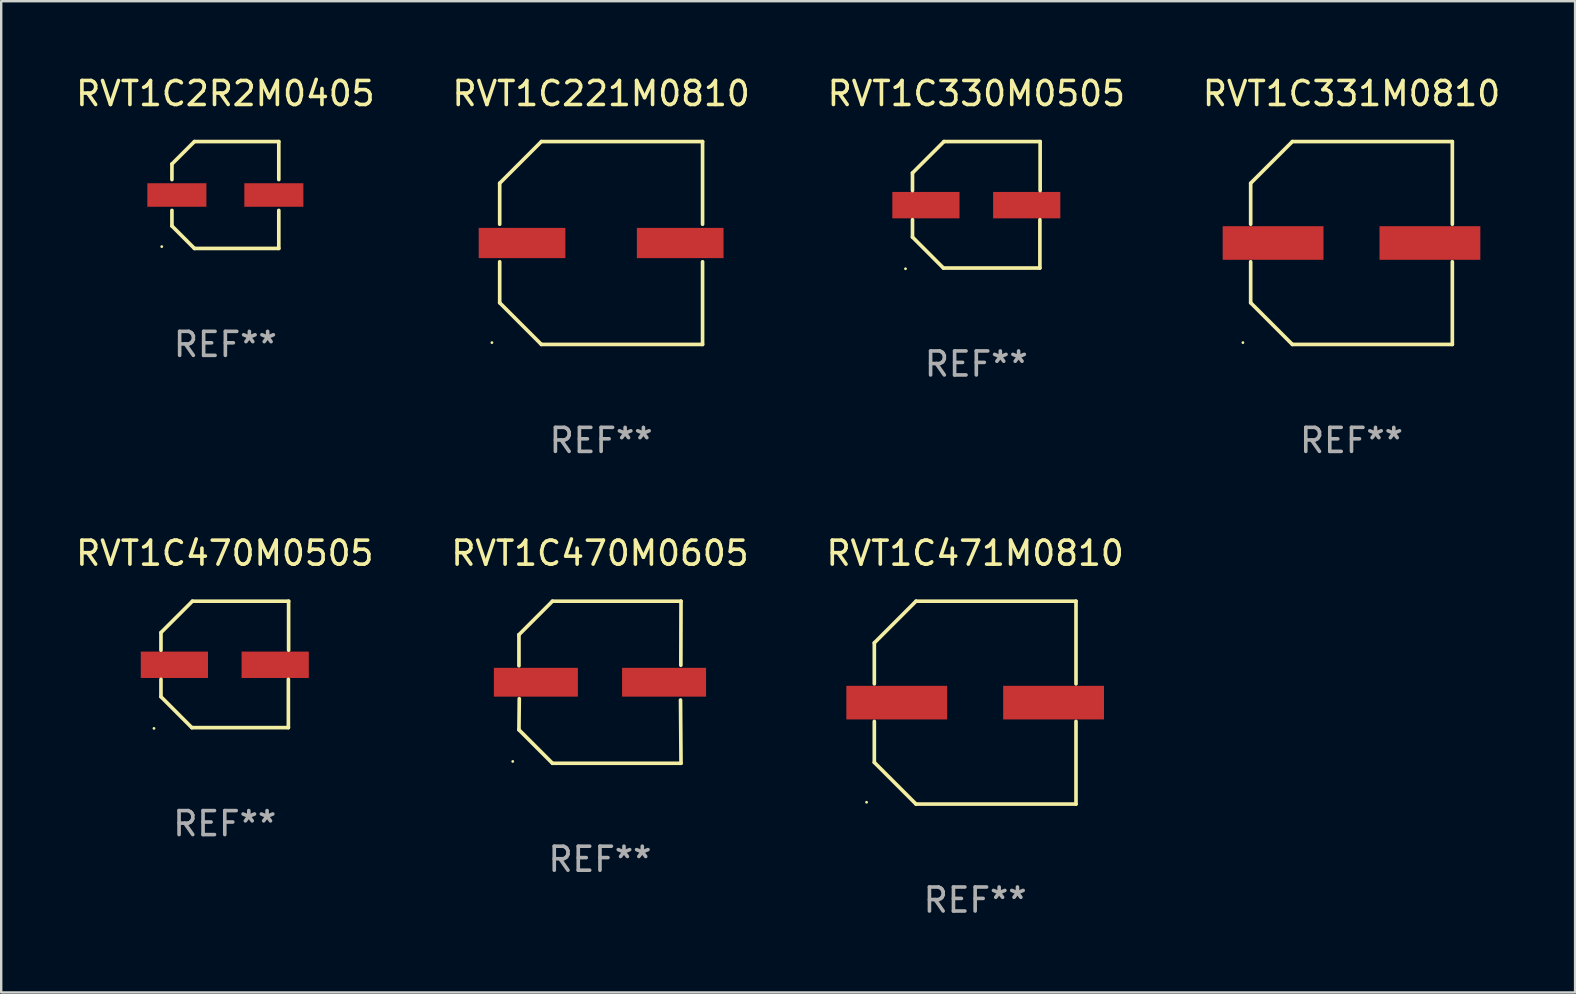
<source format=kicad_pcb>
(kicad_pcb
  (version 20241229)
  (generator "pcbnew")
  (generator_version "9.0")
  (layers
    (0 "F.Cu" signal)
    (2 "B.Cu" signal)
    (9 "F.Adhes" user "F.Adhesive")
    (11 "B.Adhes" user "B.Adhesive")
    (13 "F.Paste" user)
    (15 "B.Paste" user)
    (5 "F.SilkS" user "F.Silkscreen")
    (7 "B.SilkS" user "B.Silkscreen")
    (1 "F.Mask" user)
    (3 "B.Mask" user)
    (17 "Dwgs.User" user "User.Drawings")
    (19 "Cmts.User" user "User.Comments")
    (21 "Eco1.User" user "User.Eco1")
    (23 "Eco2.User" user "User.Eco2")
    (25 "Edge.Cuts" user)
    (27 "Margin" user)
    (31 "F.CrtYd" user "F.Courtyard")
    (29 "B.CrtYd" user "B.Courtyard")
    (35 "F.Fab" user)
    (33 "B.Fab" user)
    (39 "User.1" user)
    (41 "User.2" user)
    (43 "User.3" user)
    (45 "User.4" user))
  (footprint "RVT1C330M0505"
    (layer "F.Cu")
    (at 37.625 5.482)
    (property "Reference" "RVT1C330M0505" (at 0 -4.634 0) (layer "F.SilkS") (effects (font (size 1 1) (thickness 0.15))))
    (attr through_hole)
    (fp_line (start -2.659 -1.326) (end -2.659 -0.592) (stroke (width 0.152) (type solid)) (layer "F.SilkS"))
    (fp_line (start -2.659 1.346) (end -2.659 0.622) (stroke (width 0.152) (type solid)) (layer "F.SilkS"))
    (fp_line (start -1.372 2.634) (end -2.659 1.346) (stroke (width 0.152) (type solid)) (layer "F.SilkS"))
    (fp_line (start -1.349 -2.634) (end -2.659 -1.326) (stroke (width 0.152) (type solid)) (layer "F.SilkS"))
    (fp_line (start 2.649 0.622) (end 2.649 2.634) (stroke (width 0.152) (type solid)) (layer "F.SilkS"))
    (fp_line (start 2.649 2.634) (end -1.372 2.634) (stroke (width 0.152) (type solid)) (layer "F.SilkS"))
    (fp_line (start 2.659 -2.634) (end -1.349 -2.634) (stroke (width 0.152) (type solid)) (layer "F.SilkS"))
    (fp_line (start 2.659 -0.592) (end 2.659 -2.634) (stroke (width 0.152) (type solid)) (layer "F.SilkS"))
    (fp_circle (center -2.95 2.665) (end -2.92 2.665) (stroke (width 0.06) (type solid)) (fill no) (layer "F.SilkS"))
    (fp_text user "REF**" (at 0 6.634 0) (layer "F.Fab") (effects (font (size 1 1) (thickness 0.15))))
    (pad "1" smd rect (at -2.1 0.015) (size 2.8 1.1) (layers "F.Cu" "F.Mask" "F.Paste"))
    (pad "2" smd rect (at 2.1 0.015) (size 2.8 1.1) (layers "F.Cu" "F.Mask" "F.Paste")))
  (footprint "RVT1C471M0810"
    (layer "F.Cu")
    (at 37.577 26.223)
    (property "Reference" "RVT1C471M0810" (at 0 -6.226 0) (layer "F.SilkS") (effects (font (size 1 1) (thickness 0.15))))
    (attr through_hole)
    (fp_line (start -4.201 -2.49) (end -4.201 -0.782) (stroke (width 0.152) (type solid)) (layer "F.SilkS"))
    (fp_line (start -4.201 2.49) (end -4.201 0.782) (stroke (width 0.152) (type solid)) (layer "F.SilkS"))
    (fp_line (start -2.465 -4.226) (end -4.201 -2.49) (stroke (width 0.152) (type solid)) (layer "F.SilkS"))
    (fp_line (start -2.465 4.226) (end -4.201 2.49) (stroke (width 0.152) (type solid)) (layer "F.SilkS"))
    (fp_line (start 4.201 -4.226) (end -2.465 -4.226) (stroke (width 0.152) (type solid)) (layer "F.SilkS"))
    (fp_line (start 4.201 -0.782) (end 4.201 -4.226) (stroke (width 0.152) (type solid)) (layer "F.SilkS"))
    (fp_line (start 4.201 0.782) (end 4.201 4.226) (stroke (width 0.152) (type solid)) (layer "F.SilkS"))
    (fp_line (start 4.201 4.226) (end -2.465 4.226) (stroke (width 0.152) (type solid)) (layer "F.SilkS"))
    (fp_circle (center -4.524 4.15) (end -4.494 4.15) (stroke (width 0.06) (type solid)) (fill no) (layer "F.SilkS"))
    (fp_text user "REF**" (at 0 8.226 0) (layer "F.Fab") (effects (font (size 1 1) (thickness 0.15))))
    (pad "1" smd rect (at -3.267 0) (size 4.2 1.4) (layers "F.Cu" "F.Mask" "F.Paste"))
    (pad "2" smd rect (at 3.267 0) (size 4.2 1.4) (layers "F.Cu" "F.Mask" "F.Paste")))
  (footprint "RVT1C470M0505"
    (layer "F.Cu")
    (at 6.315 24.631)
    (property "Reference" "RVT1C470M0505" (at 0 -4.634 0) (layer "F.SilkS") (effects (font (size 1 1) (thickness 0.15))))
    (attr through_hole)
    (fp_line (start -2.659 -1.326) (end -2.659 -0.592) (stroke (width 0.152) (type solid)) (layer "F.SilkS"))
    (fp_line (start -2.659 1.346) (end -2.659 0.622) (stroke (width 0.152) (type solid)) (layer "F.SilkS"))
    (fp_line (start -1.372 2.634) (end -2.659 1.346) (stroke (width 0.152) (type solid)) (layer "F.SilkS"))
    (fp_line (start -1.349 -2.634) (end -2.659 -1.326) (stroke (width 0.152) (type solid)) (layer "F.SilkS"))
    (fp_line (start 2.649 0.622) (end 2.649 2.634) (stroke (width 0.152) (type solid)) (layer "F.SilkS"))
    (fp_line (start 2.649 2.634) (end -1.372 2.634) (stroke (width 0.152) (type solid)) (layer "F.SilkS"))
    (fp_line (start 2.659 -2.634) (end -1.349 -2.634) (stroke (width 0.152) (type solid)) (layer "F.SilkS"))
    (fp_line (start 2.659 -0.592) (end 2.659 -2.634) (stroke (width 0.152) (type solid)) (layer "F.SilkS"))
    (fp_circle (center -2.95 2.665) (end -2.92 2.665) (stroke (width 0.06) (type solid)) (fill no) (layer "F.SilkS"))
    (fp_text user "REF**" (at 0 6.634 0) (layer "F.Fab") (effects (font (size 1 1) (thickness 0.15))))
    (pad "1" smd rect (at -2.1 0.015) (size 2.8 1.1) (layers "F.Cu" "F.Mask" "F.Paste"))
    (pad "2" smd rect (at 2.1 0.015) (size 2.8 1.1) (layers "F.Cu" "F.Mask" "F.Paste")))
  (footprint "RVT1C221M0810"
    (layer "F.Cu")
    (at 21.994 7.074)
    (property "Reference" "RVT1C221M0810" (at 0 -6.226 0) (layer "F.SilkS") (effects (font (size 1 1) (thickness 0.15))))
    (attr through_hole)
    (fp_line (start -4.226 -2.49) (end -4.226 -0.782) (stroke (width 0.152) (type solid)) (layer "F.SilkS"))
    (fp_line (start -4.226 2.49) (end -4.226 0.782) (stroke (width 0.152) (type solid)) (layer "F.SilkS"))
    (fp_line (start -2.49 -4.226) (end -4.226 -2.49) (stroke (width 0.152) (type solid)) (layer "F.SilkS"))
    (fp_line (start -2.49 4.226) (end -4.226 2.49) (stroke (width 0.152) (type solid)) (layer "F.SilkS"))
    (fp_line (start 4.226 -4.226) (end -2.49 -4.226) (stroke (width 0.152) (type solid)) (layer "F.SilkS"))
    (fp_line (start 4.226 -0.782) (end 4.226 -4.226) (stroke (width 0.152) (type solid)) (layer "F.SilkS"))
    (fp_line (start 4.226 0.782) (end 4.226 4.226) (stroke (width 0.152) (type solid)) (layer "F.SilkS"))
    (fp_line (start 4.226 4.226) (end -2.49 4.226) (stroke (width 0.152) (type solid)) (layer "F.SilkS"))
    (fp_circle (center -4.55 4.15) (end -4.52 4.15) (stroke (width 0.06) (type solid)) (fill no) (layer "F.SilkS"))
    (fp_text user "REF**" (at 0 8.226 0) (layer "F.Fab") (effects (font (size 1 1) (thickness 0.15))))
    (pad "1" smd rect (at -3.295 0 180) (size 3.61 1.26) (layers "F.Cu" "F.Mask" "F.Paste"))
    (pad "2" smd rect (at 3.295 0 180) (size 3.61 1.26) (layers "F.Cu" "F.Mask" "F.Paste")))
  (footprint "RVT1C2R2M0405"
    (layer "F.Cu")
    (at 6.339 5.074)
    (property "Reference" "RVT1C2R2M0405" (at 0 -4.226 0) (layer "F.SilkS") (effects (font (size 1 1) (thickness 0.15))))
    (attr through_hole)
    (fp_line (start -2.226 -1.29) (end -1.29 -2.226) (stroke (width 0.152) (type solid)) (layer "F.SilkS"))
    (fp_line (start -2.226 -0.642) (end -2.226 -1.29) (stroke (width 0.152) (type solid)) (layer "F.SilkS"))
    (fp_line (start -2.226 0.642) (end -2.226 1.29) (stroke (width 0.152) (type solid)) (layer "F.SilkS"))
    (fp_line (start -2.226 1.29) (end -1.29 2.226) (stroke (width 0.152) (type solid)) (layer "F.SilkS"))
    (fp_line (start -1.29 -2.226) (end 2.226 -2.226) (stroke (width 0.152) (type solid)) (layer "F.SilkS"))
    (fp_line (start -1.29 2.226) (end 2.226 2.226) (stroke (width 0.152) (type solid)) (layer "F.SilkS"))
    (fp_line (start 2.226 -2.226) (end 2.226 -0.642) (stroke (width 0.152) (type solid)) (layer "F.SilkS"))
    (fp_line (start 2.226 2.226) (end 2.226 0.642) (stroke (width 0.152) (type solid)) (layer "F.SilkS"))
    (fp_circle (center -2.65 2.15) (end -2.62 2.15) (stroke (width 0.06) (type solid)) (fill no) (layer "F.SilkS"))
    (fp_text user "REF**" (at 0 6.226 0) (layer "F.Fab") (effects (font (size 1 1) (thickness 0.15))))
    (pad "1" smd rect (at -2.02 -0.000013) (size 2.46 0.98) (layers "F.Cu" "F.Mask" "F.Paste"))
    (pad "2" smd rect (at 2.02 -0.000013) (size 2.46 0.98) (layers "F.Cu" "F.Mask" "F.Paste")))
  (footprint "RVT1C470M0605"
    (layer "F.Cu")
    (at 21.946 25.373)
    (property "Reference" "RVT1C470M0605" (at 0 -5.376 0) (layer "F.SilkS") (effects (font (size 1 1) (thickness 0.15))))
    (attr through_hole)
    (fp_line (start -3.376 -1.98) (end -3.376 -0.686) (stroke (width 0.152) (type solid)) (layer "F.SilkS"))
    (fp_line (start -3.376 1.981) (end -3.362 0.686) (stroke (width 0.152) (type solid)) (layer "F.SilkS"))
    (fp_line (start -1.981 3.376) (end -3.376 1.981) (stroke (width 0.152) (type solid)) (layer "F.SilkS"))
    (fp_line (start -1.98 -3.376) (end -3.376 -1.98) (stroke (width 0.152) (type solid)) (layer "F.SilkS"))
    (fp_line (start 3.356 0.74) (end 3.376 3.376) (stroke (width 0.152) (type solid)) (layer "F.SilkS"))
    (fp_line (start 3.369 -0.707) (end 3.376 -3.376) (stroke (width 0.152) (type solid)) (layer "F.SilkS"))
    (fp_line (start 3.376 3.376) (end -1.981 3.376) (stroke (width 0.152) (type solid)) (layer "F.SilkS"))
    (fp_line (start 3.376 -3.376) (end -1.98 -3.376) (stroke (width 0.152) (type solid)) (layer "F.SilkS"))
    (fp_circle (center -3.634 3.3) (end -3.604 3.3) (stroke (width 0.06) (type solid)) (fill no) (layer "F.SilkS"))
    (fp_text user "REF**" (at 0 7.376 0) (layer "F.Fab") (effects (font (size 1 1) (thickness 0.15))))
    (pad "1" smd rect (at -2.67 0.000254) (size 3.5 1.2) (layers "F.Cu" "F.Mask" "F.Paste"))
    (pad "2" smd rect (at 2.67 0.000254) (size 3.5 1.2) (layers "F.Cu" "F.Mask" "F.Paste")))
  (footprint "RVT1C331M0810"
    (layer "F.Cu")
    (at 53.256 7.074)
    (property "Reference" "RVT1C331M0810" (at 0 -6.226 0) (layer "F.SilkS") (effects (font (size 1 1) (thickness 0.15))))
    (attr through_hole)
    (fp_line (start -4.201 -2.49) (end -4.201 -0.782) (stroke (width 0.152) (type solid)) (layer "F.SilkS"))
    (fp_line (start -4.201 2.49) (end -4.201 0.782) (stroke (width 0.152) (type solid)) (layer "F.SilkS"))
    (fp_line (start -2.465 -4.226) (end -4.201 -2.49) (stroke (width 0.152) (type solid)) (layer "F.SilkS"))
    (fp_line (start -2.465 4.226) (end -4.201 2.49) (stroke (width 0.152) (type solid)) (layer "F.SilkS"))
    (fp_line (start 4.201 -4.226) (end -2.465 -4.226) (stroke (width 0.152) (type solid)) (layer "F.SilkS"))
    (fp_line (start 4.201 -0.782) (end 4.201 -4.226) (stroke (width 0.152) (type solid)) (layer "F.SilkS"))
    (fp_line (start 4.201 0.782) (end 4.201 4.226) (stroke (width 0.152) (type solid)) (layer "F.SilkS"))
    (fp_line (start 4.201 4.226) (end -2.465 4.226) (stroke (width 0.152) (type solid)) (layer "F.SilkS"))
    (fp_circle (center -4.524 4.15) (end -4.494 4.15) (stroke (width 0.06) (type solid)) (fill no) (layer "F.SilkS"))
    (fp_text user "REF**" (at 0 8.226 0) (layer "F.Fab") (effects (font (size 1 1) (thickness 0.15))))
    (pad "1" smd rect (at -3.267 0) (size 4.2 1.4) (layers "F.Cu" "F.Mask" "F.Paste"))
    (pad "2" smd rect (at 3.267 0) (size 4.2 1.4) (layers "F.Cu" "F.Mask" "F.Paste")))
  (gr_rect
    (start -3 -3)
    (end 62.571 38.298)
    (stroke (width 0.1) (type default))
    (fill no)
    (layer "Edge.Cuts")))
</source>
